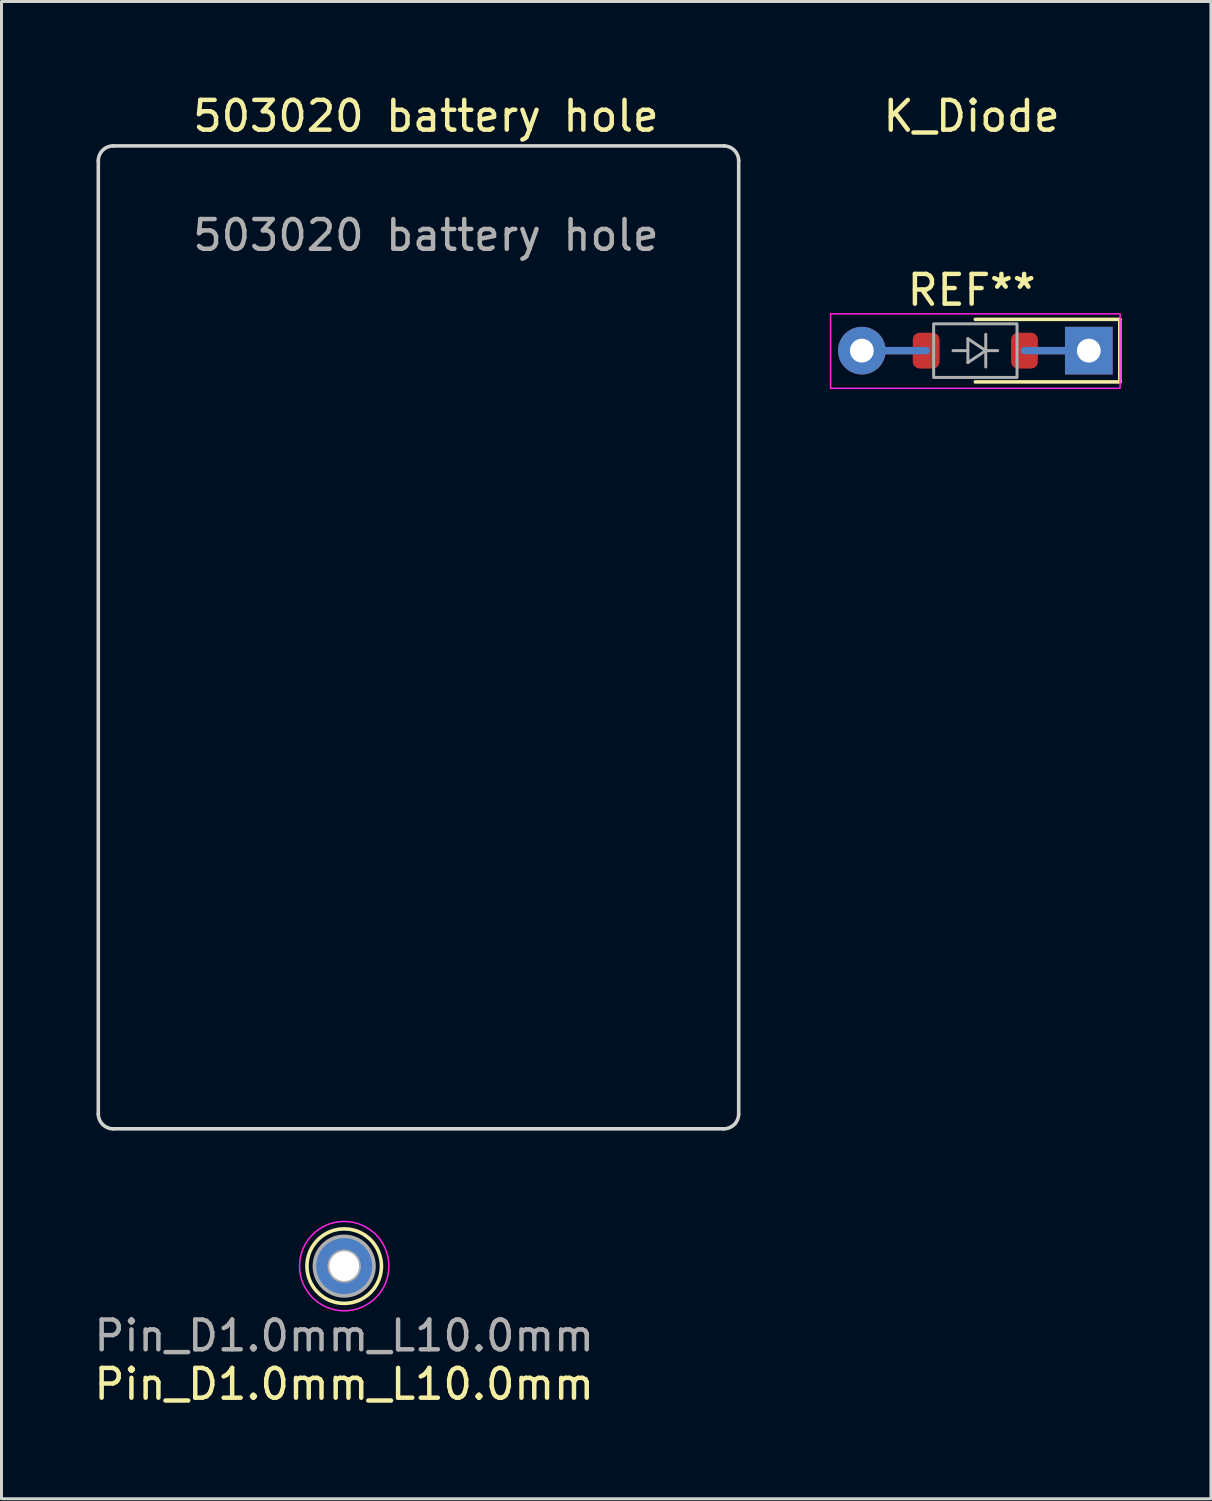
<source format=kicad_pcb>
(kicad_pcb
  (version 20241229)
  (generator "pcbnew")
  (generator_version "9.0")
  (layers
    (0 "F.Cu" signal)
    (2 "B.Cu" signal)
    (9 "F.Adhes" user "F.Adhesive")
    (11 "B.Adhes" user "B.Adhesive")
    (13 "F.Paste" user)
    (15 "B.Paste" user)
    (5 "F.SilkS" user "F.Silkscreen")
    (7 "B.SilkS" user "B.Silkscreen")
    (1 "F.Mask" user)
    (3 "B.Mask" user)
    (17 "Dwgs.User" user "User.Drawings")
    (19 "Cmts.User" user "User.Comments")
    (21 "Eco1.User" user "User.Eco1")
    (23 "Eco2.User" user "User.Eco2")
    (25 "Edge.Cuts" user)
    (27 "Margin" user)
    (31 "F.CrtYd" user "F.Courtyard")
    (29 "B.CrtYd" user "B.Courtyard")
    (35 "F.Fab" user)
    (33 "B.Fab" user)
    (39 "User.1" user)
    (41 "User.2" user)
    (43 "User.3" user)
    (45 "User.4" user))
  (footprint "503020 battery hole"
    (layer "F.Cu")
    (at 0.25 1.848)
    (property "Reference" "503020 battery hole" (at 11 -1 0) (unlocked yes) (layer "F.SilkS") (effects (font (size 1 1) (thickness 0.15))))
    (fp_line (start 0 32.5) (end 0 0.5) (stroke (width 0.12) (type default)) (layer "Edge.Cuts"))
    (fp_line (start 0.5 0) (end 21 0) (stroke (width 0.12) (type default)) (layer "Edge.Cuts"))
    (fp_line (start 21 33) (end 0.5 33) (stroke (width 0.12) (type default)) (layer "Edge.Cuts"))
    (fp_line (start 21.5 0.5) (end 21.5 32.5) (stroke (width 0.12) (type default)) (layer "Edge.Cuts"))
    (fp_arc (start 0 0.5) (mid 0.146447 0.146447) (end 0.5 0) (stroke (width 0.12) (type default)) (layer "Edge.Cuts"))
    (fp_arc (start 0.5 33) (mid 0.146447 32.853553) (end 0 32.5) (stroke (width 0.12) (type default)) (layer "Edge.Cuts"))
    (fp_arc (start 21 0) (mid 21.353553 0.146447) (end 21.5 0.5) (stroke (width 0.12) (type default)) (layer "Edge.Cuts"))
    (fp_arc (start 21.5 32.5) (mid 21.353553 32.853553) (end 21 33) (stroke (width 0.12) (type default)) (layer "Edge.Cuts"))
    (fp_line (start 0 32.5) (end 0 0.5) (stroke (width 0.12) (type default)) (layer "User.2"))
    (fp_line (start 0.5 0) (end 21 0) (stroke (width 0.12) (type default)) (layer "User.2"))
    (fp_line (start 21 33) (end 0.5 33) (stroke (width 0.12) (type default)) (layer "User.2"))
    (fp_line (start 21.5 0.5) (end 21.5 32.5) (stroke (width 0.12) (type default)) (layer "User.2"))
    (fp_arc (start 0 0.5) (mid 0.146447 0.146447) (end 0.5 0) (stroke (width 0.12) (type default)) (layer "User.2"))
    (fp_arc (start 0.5 33) (mid 0.146447 32.853553) (end 0 32.5) (stroke (width 0.12) (type default)) (layer "User.2"))
    (fp_arc (start 21 0) (mid 21.353553 0.146447) (end 21.5 0.5) (stroke (width 0.12) (type default)) (layer "User.2"))
    (fp_arc (start 21.5 32.5) (mid 21.353553 32.853553) (end 21 33) (stroke (width 0.12) (type default)) (layer "User.2"))
    (fp_text user "${REFERENCE}" (at 11 3 0) (unlocked yes) (layer "F.Fab") (effects (font (size 1 1) (thickness 0.15)))))
  (footprint "K_Diode"
    (layer "F.Cu")
    (at 29.571 8.722)
    (property "Reference" "K_Diode" (at 0 -7.874 0) (layer "F.SilkS") (effects (font (size 1 1) (thickness 0.15))))
    (attr through_hole)
    (fp_line (start 0.124 -1.05) (end 4.974 -1.05) (stroke (width 0.12) (type default)) (layer "F.SilkS"))
    (fp_line (start 4.974 -1.05) (end 4.974 1.05) (stroke (width 0.12) (type default)) (layer "F.SilkS"))
    (fp_line (start 4.974 1.05) (end 0.124 1.05) (stroke (width 0.12) (type default)) (layer "F.SilkS"))
    (fp_rect (start -4.736 -1.234) (end 4.984 1.266) (stroke (width 0.05) (type solid)) (fill no) (layer "F.CrtYd"))
    (fp_line (start -0.126 -0.4) (end 0.474 0) (stroke (width 0.1) (type solid)) (layer "F.Fab"))
    (fp_line (start -0.126 0) (end -0.626 0) (stroke (width 0.1) (type solid)) (layer "F.Fab"))
    (fp_line (start -0.126 0.4) (end -0.126 -0.4) (stroke (width 0.1) (type solid)) (layer "F.Fab"))
    (fp_line (start 0.474 0) (end -0.126 0.4) (stroke (width 0.1) (type solid)) (layer "F.Fab"))
    (fp_line (start 0.474 0) (end 0.474 -0.55) (stroke (width 0.1) (type solid)) (layer "F.Fab"))
    (fp_line (start 0.474 0) (end 0.474 0.55) (stroke (width 0.1) (type solid)) (layer "F.Fab"))
    (fp_line (start 0.874 0) (end 0.474 0) (stroke (width 0.1) (type solid)) (layer "F.Fab"))
    (fp_rect (start -1.276 -0.9) (end 1.524 0.9) (stroke (width 0.1) (type solid)) (fill no) (layer "F.Fab"))
    (fp_rect (start -4.736 -1.234) (end 4.984 1.266) (stroke (width 0.05) (type solid)) (fill no) (layer "User.2"))
    (fp_text user "REF**" (at 0 -2.032 0) (unlocked yes) (layer "F.SilkS") (effects (font (size 1 1) (thickness 0.15))))
    (pad "1" smd roundrect (at 1.774 0 180) (size 0.9 1.2) (layers "*.Paste" "*.Mask" "F.Cu") (roundrect_rratio 0.25))
    (pad "1" smd roundrect (at 2.918 0) (size 2.54 0.25) (layers "F.Cu") (roundrect_rratio 0.5))
    (pad "1" smd roundrect (at 2.918 0) (size 2.54 0.25) (layers "B.Cu") (roundrect_rratio 0.5))
    (pad "1" thru_hole rect (at 3.934 0 270) (size 1.6 1.6) (drill 0.8) (layers "*.Cu" "*.Mask"))
    (pad "2" thru_hole oval (at -3.686 0 180) (size 1.6 1.6) (drill 0.8) (layers "*.Cu" "*.Mask"))
    (pad "2" smd roundrect (at -2.67 0) (size 2.54 0.25) (layers "F.Cu") (roundrect_rratio 0.5))
    (pad "2" smd roundrect (at -2.67 0) (size 2.54 0.25) (layers "B.Cu") (roundrect_rratio 0.5))
    (pad "2" smd roundrect (at -1.526 0 180) (size 0.9 1.2) (layers "*.Paste" "*.Mask" "F.Cu") (roundrect_rratio 0.25)))
  (footprint "Pin_D1.0mm_L10.0mm"
    (layer "F.Cu")
    (at 8.506 39.458)
    (property "Reference" "Pin_D1.0mm_L10.0mm" (at 0 3.962 0) (layer "F.SilkS") (effects (font (size 1 1) (thickness 0.15))))
    (attr through_hole)
    (fp_circle (center 0 0) (end 1.25 0.05) (stroke (width 0.12) (type solid)) (fill no) (layer "F.SilkS"))
    (fp_circle (center 0 0) (end 1.5 0) (stroke (width 0.05) (type solid)) (fill no) (layer "F.CrtYd"))
    (fp_circle (center 0 0) (end 0.5 0) (stroke (width 0.12) (type solid)) (fill no) (layer "F.Fab"))
    (fp_circle (center 0 0) (end 1 0) (stroke (width 0.12) (type solid)) (fill no) (layer "F.Fab"))
    (fp_circle (center 0 0) (end 1.5 0) (stroke (width 0.1) (type default)) (fill no) (layer "User.2"))
    (fp_text user "${REFERENCE}" (at 0 2.337 0) (layer "F.Fab") (effects (font (size 1 1) (thickness 0.15))))
    (pad "1" thru_hole circle (at 0 0) (size 2 2) (drill 1) (layers "*.Cu" "*.Mask")))
  (gr_rect
    (start -3 -3)
    (end 37.605 47.269)
    (stroke (width 0.1) (type default))
    (fill no)
    (layer "Edge.Cuts")))
</source>
